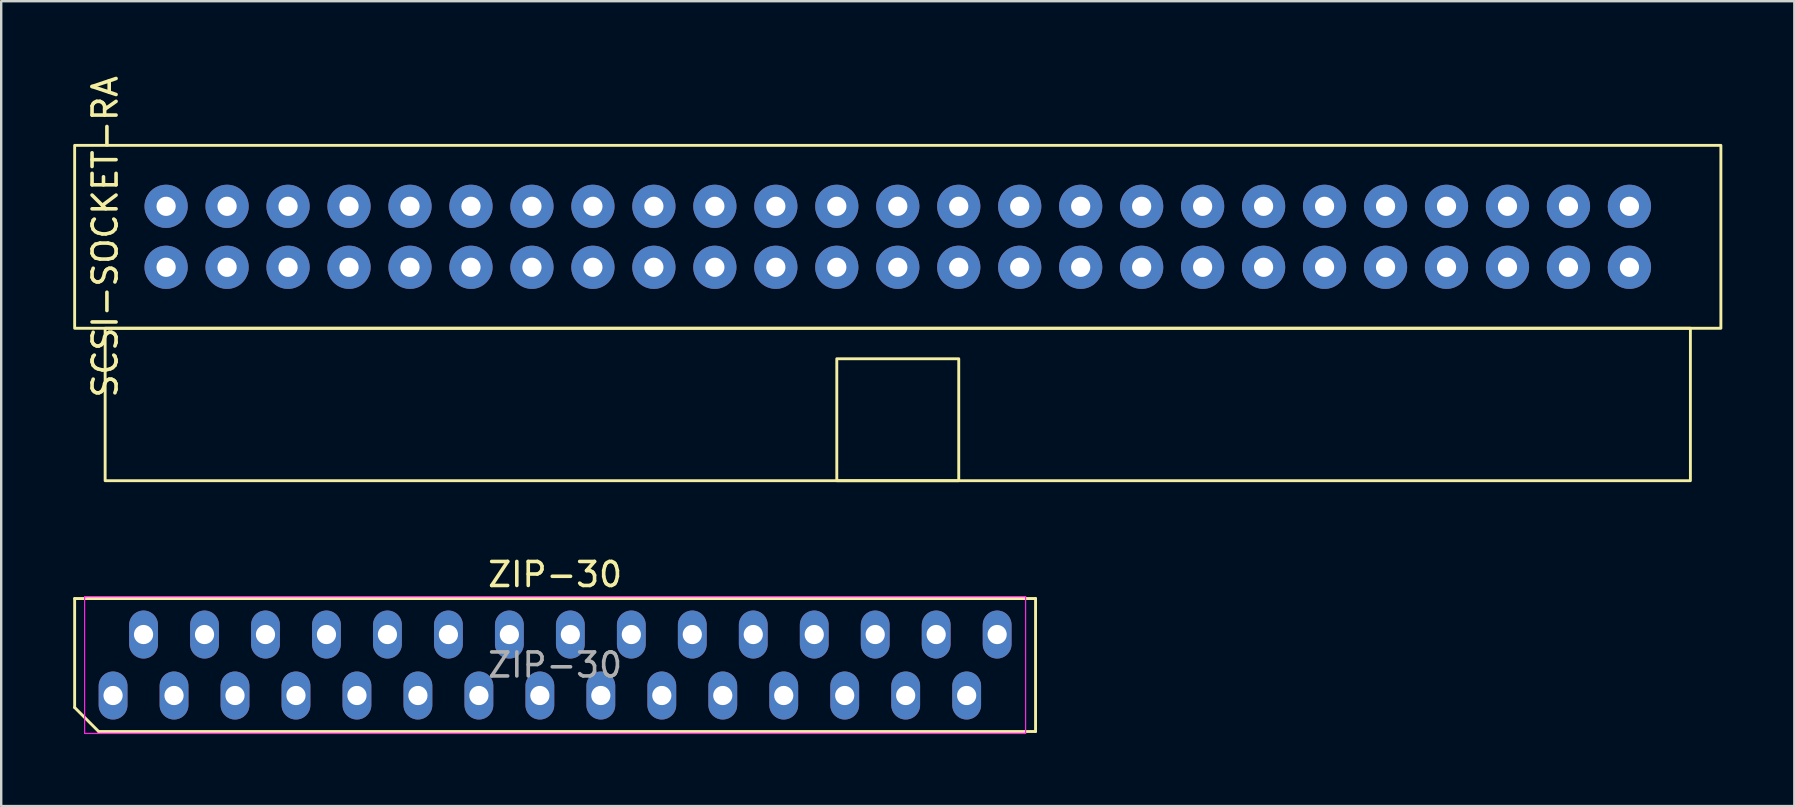
<source format=kicad_pcb>
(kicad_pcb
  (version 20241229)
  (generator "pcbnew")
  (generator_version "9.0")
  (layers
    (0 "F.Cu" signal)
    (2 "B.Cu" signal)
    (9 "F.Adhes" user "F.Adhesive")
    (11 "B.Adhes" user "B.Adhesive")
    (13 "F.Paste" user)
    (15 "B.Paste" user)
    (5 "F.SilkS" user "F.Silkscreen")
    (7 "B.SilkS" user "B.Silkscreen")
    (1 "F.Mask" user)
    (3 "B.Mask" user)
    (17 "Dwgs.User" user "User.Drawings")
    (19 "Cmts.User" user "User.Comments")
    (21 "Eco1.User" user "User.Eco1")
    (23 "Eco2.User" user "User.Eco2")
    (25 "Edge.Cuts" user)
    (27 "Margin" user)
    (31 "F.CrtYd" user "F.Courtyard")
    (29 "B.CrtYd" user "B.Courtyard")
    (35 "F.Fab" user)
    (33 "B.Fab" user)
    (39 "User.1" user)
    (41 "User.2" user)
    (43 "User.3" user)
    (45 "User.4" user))
  (footprint "ZIP-30"
    (layer "F.Cu")
    (at 20.075 24.654)
    (property "Reference" "ZIP-30" (at 0 -3.77 0) (layer "F.SilkS") (effects (font (size 1 1) (thickness 0.15))))
    (attr through_hole)
    (fp_line (start -20.015 -2.77) (end 20.015 -2.77) (stroke (width 0.12) (type default)) (layer "F.SilkS"))
    (fp_line (start -20.015 1.77) (end -20.015 -2.77) (stroke (width 0.12) (type default)) (layer "F.SilkS"))
    (fp_line (start -19.015 2.77) (end -20.015 1.77) (stroke (width 0.12) (type default)) (layer "F.SilkS"))
    (fp_line (start 20.015 -2.77) (end 20.015 2.77) (stroke (width 0.12) (type default)) (layer "F.SilkS"))
    (fp_line (start 20.015 2.77) (end -19.015 2.77) (stroke (width 0.12) (type default)) (layer "F.SilkS"))
    (fp_line (start -19.6 -2.85) (end 19.6 -2.85) (stroke (width 0.05) (type default)) (layer "F.CrtYd"))
    (fp_line (start -19.6 2.85) (end -19.6 -2.85) (stroke (width 0.05) (type default)) (layer "F.CrtYd"))
    (fp_line (start 19.6 -2.85) (end 19.6 2.85) (stroke (width 0.05) (type default)) (layer "F.CrtYd"))
    (fp_line (start 19.6 2.85) (end -19.6 2.85) (stroke (width 0.05) (type default)) (layer "F.CrtYd"))
    (fp_text user "${REFERENCE}" (at 0 0 0) (layer "F.Fab") (effects (font (size 1 1) (thickness 0.15))))
    (pad "1" thru_hole oval (at -18.415 1.27) (size 1.2 2) (drill 0.8) (layers "*.Cu" "*.Mask"))
    (pad "2" thru_hole oval (at -17.145 -1.27) (size 1.2 2) (drill 0.8) (layers "*.Cu" "*.Mask"))
    (pad "3" thru_hole oval (at -15.875 1.27) (size 1.2 2) (drill 0.8) (layers "*.Cu" "*.Mask"))
    (pad "4" thru_hole oval (at -14.605 -1.27) (size 1.2 2) (drill 0.8) (layers "*.Cu" "*.Mask"))
    (pad "5" thru_hole oval (at -13.335 1.27) (size 1.2 2) (drill 0.8) (layers "*.Cu" "*.Mask"))
    (pad "6" thru_hole oval (at -12.065 -1.27) (size 1.2 2) (drill 0.8) (layers "*.Cu" "*.Mask"))
    (pad "7" thru_hole oval (at -10.795 1.27) (size 1.2 2) (drill 0.8) (layers "*.Cu" "*.Mask"))
    (pad "8" thru_hole oval (at -9.525 -1.27) (size 1.2 2) (drill 0.8) (layers "*.Cu" "*.Mask"))
    (pad "9" thru_hole oval (at -8.255 1.27) (size 1.2 2) (drill 0.8) (layers "*.Cu" "*.Mask"))
    (pad "10" thru_hole oval (at -6.985 -1.27) (size 1.2 2) (drill 0.8) (layers "*.Cu" "*.Mask"))
    (pad "11" thru_hole oval (at -5.715 1.27) (size 1.2 2) (drill 0.8) (layers "*.Cu" "*.Mask"))
    (pad "12" thru_hole oval (at -4.445 -1.27) (size 1.2 2) (drill 0.8) (layers "*.Cu" "*.Mask"))
    (pad "13" thru_hole oval (at -3.175 1.27) (size 1.2 2) (drill 0.8) (layers "*.Cu" "*.Mask"))
    (pad "14" thru_hole oval (at -1.905 -1.27) (size 1.2 2) (drill 0.8) (layers "*.Cu" "*.Mask"))
    (pad "15" thru_hole oval (at -0.635 1.27) (size 1.2 2) (drill 0.8) (layers "*.Cu" "*.Mask"))
    (pad "16" thru_hole oval (at 0.635 -1.27) (size 1.2 2) (drill 0.8) (layers "*.Cu" "*.Mask"))
    (pad "17" thru_hole oval (at 1.905 1.27) (size 1.2 2) (drill 0.8) (layers "*.Cu" "*.Mask"))
    (pad "18" thru_hole oval (at 3.175 -1.27) (size 1.2 2) (drill 0.8) (layers "*.Cu" "*.Mask"))
    (pad "19" thru_hole oval (at 4.445 1.27) (size 1.2 2) (drill 0.8) (layers "*.Cu" "*.Mask"))
    (pad "20" thru_hole oval (at 5.715 -1.27) (size 1.2 2) (drill 0.8) (layers "*.Cu" "*.Mask"))
    (pad "21" thru_hole oval (at 6.985 1.27) (size 1.2 2) (drill 0.8) (layers "*.Cu" "*.Mask"))
    (pad "22" thru_hole oval (at 8.255 -1.27) (size 1.2 2) (drill 0.8) (layers "*.Cu" "*.Mask"))
    (pad "23" thru_hole oval (at 9.525 1.27) (size 1.2 2) (drill 0.8) (layers "*.Cu" "*.Mask"))
    (pad "24" thru_hole oval (at 10.795 -1.27) (size 1.2 2) (drill 0.8) (layers "*.Cu" "*.Mask"))
    (pad "25" thru_hole oval (at 12.065 1.27) (size 1.2 2) (drill 0.8) (layers "*.Cu" "*.Mask"))
    (pad "26" thru_hole oval (at 13.335 -1.27) (size 1.2 2) (drill 0.8) (layers "*.Cu" "*.Mask"))
    (pad "27" thru_hole oval (at 14.605 1.27) (size 1.2 2) (drill 0.8) (layers "*.Cu" "*.Mask"))
    (pad "28" thru_hole oval (at 15.875 -1.27) (size 1.2 2) (drill 0.8) (layers "*.Cu" "*.Mask"))
    (pad "29" thru_hole oval (at 17.145 1.27) (size 1.2 2) (drill 0.8) (layers "*.Cu" "*.Mask"))
    (pad "30" thru_hole oval (at 18.415 -1.27) (size 1.2 2) (drill 0.8) (layers "*.Cu" "*.Mask")))
  (footprint "SCSI-SOCKET-RA"
    (layer "F.Cu")
    (at 34.35 6.815)
    (property "Reference" "SCSI-SOCKET-RA" (at -33.02 0 90) (layer "F.SilkS") (effects (font (size 1 1) (thickness 0.15))))
    (attr through_hole)
    (fp_rect (start -34.29 -3.81) (end 34.29 3.81) (stroke (width 0.12) (type default)) (fill no) (layer "F.SilkS"))
    (fp_rect (start -33.02 3.81) (end 33.02 10.16) (stroke (width 0.12) (type default)) (fill no) (layer "F.SilkS"))
    (fp_rect (start -2.54 5.08) (end 2.54 10.16) (stroke (width 0.12) (type default)) (fill no) (layer "F.SilkS"))
    (pad "1" thru_hole circle (at -30.48 -1.27) (size 1.8 1.8) (drill 0.8) (layers "*.Cu" "*.Mask"))
    (pad "2" thru_hole circle (at -30.48 1.27) (size 1.8 1.8) (drill 0.8) (layers "*.Cu" "*.Mask"))
    (pad "3" thru_hole circle (at -27.94 -1.27) (size 1.8 1.8) (drill 0.8) (layers "*.Cu" "*.Mask"))
    (pad "4" thru_hole circle (at -27.94 1.27) (size 1.8 1.8) (drill 0.8) (layers "*.Cu" "*.Mask"))
    (pad "5" thru_hole circle (at -25.4 -1.27) (size 1.8 1.8) (drill 0.8) (layers "*.Cu" "*.Mask"))
    (pad "6" thru_hole circle (at -25.4 1.27) (size 1.8 1.8) (drill 0.8) (layers "*.Cu" "*.Mask"))
    (pad "7" thru_hole circle (at -22.86 -1.27) (size 1.8 1.8) (drill 0.8) (layers "*.Cu" "*.Mask"))
    (pad "8" thru_hole circle (at -22.86 1.27) (size 1.8 1.8) (drill 0.8) (layers "*.Cu" "*.Mask"))
    (pad "9" thru_hole circle (at -20.32 -1.27) (size 1.8 1.8) (drill 0.8) (layers "*.Cu" "*.Mask"))
    (pad "10" thru_hole circle (at -20.32 1.27) (size 1.8 1.8) (drill 0.8) (layers "*.Cu" "*.Mask"))
    (pad "11" thru_hole circle (at -17.78 -1.27) (size 1.8 1.8) (drill 0.8) (layers "*.Cu" "*.Mask"))
    (pad "12" thru_hole circle (at -17.78 1.27) (size 1.8 1.8) (drill 0.8) (layers "*.Cu" "*.Mask"))
    (pad "13" thru_hole circle (at -15.24 -1.27) (size 1.8 1.8) (drill 0.8) (layers "*.Cu" "*.Mask"))
    (pad "14" thru_hole circle (at -15.24 1.27) (size 1.8 1.8) (drill 0.8) (layers "*.Cu" "*.Mask"))
    (pad "15" thru_hole circle (at -12.7 -1.27) (size 1.8 1.8) (drill 0.8) (layers "*.Cu" "*.Mask"))
    (pad "16" thru_hole circle (at -12.7 1.27) (size 1.8 1.8) (drill 0.8) (layers "*.Cu" "*.Mask"))
    (pad "17" thru_hole circle (at -10.16 -1.27) (size 1.8 1.8) (drill 0.8) (layers "*.Cu" "*.Mask"))
    (pad "18" thru_hole circle (at -10.16 1.27) (size 1.8 1.8) (drill 0.8) (layers "*.Cu" "*.Mask"))
    (pad "19" thru_hole circle (at -7.62 -1.27) (size 1.8 1.8) (drill 0.8) (layers "*.Cu" "*.Mask"))
    (pad "20" thru_hole circle (at -7.62 1.27) (size 1.8 1.8) (drill 0.8) (layers "*.Cu" "*.Mask"))
    (pad "21" thru_hole circle (at -5.08 -1.27) (size 1.8 1.8) (drill 0.8) (layers "*.Cu" "*.Mask"))
    (pad "22" thru_hole circle (at -5.08 1.27) (size 1.8 1.8) (drill 0.8) (layers "*.Cu" "*.Mask"))
    (pad "23" thru_hole circle (at -2.54 -1.27) (size 1.8 1.8) (drill 0.8) (layers "*.Cu" "*.Mask"))
    (pad "24" thru_hole circle (at -2.54 1.27) (size 1.8 1.8) (drill 0.8) (layers "*.Cu" "*.Mask"))
    (pad "25" thru_hole circle (at 0 -1.27) (size 1.8 1.8) (drill 0.8) (layers "*.Cu" "*.Mask"))
    (pad "26" thru_hole circle (at 0 1.27) (size 1.8 1.8) (drill 0.8) (layers "*.Cu" "*.Mask"))
    (pad "27" thru_hole circle (at 2.54 -1.27) (size 1.8 1.8) (drill 0.8) (layers "*.Cu" "*.Mask"))
    (pad "28" thru_hole circle (at 2.54 1.27) (size 1.8 1.8) (drill 0.8) (layers "*.Cu" "*.Mask"))
    (pad "29" thru_hole circle (at 5.08 -1.27) (size 1.8 1.8) (drill 0.8) (layers "*.Cu" "*.Mask"))
    (pad "30" thru_hole circle (at 5.08 1.27) (size 1.8 1.8) (drill 0.8) (layers "*.Cu" "*.Mask"))
    (pad "31" thru_hole circle (at 7.62 -1.27) (size 1.8 1.8) (drill 0.8) (layers "*.Cu" "*.Mask"))
    (pad "32" thru_hole circle (at 7.62 1.27) (size 1.8 1.8) (drill 0.8) (layers "*.Cu" "*.Mask"))
    (pad "33" thru_hole circle (at 10.16 -1.27) (size 1.8 1.8) (drill 0.8) (layers "*.Cu" "*.Mask"))
    (pad "34" thru_hole circle (at 10.16 1.27) (size 1.8 1.8) (drill 0.8) (layers "*.Cu" "*.Mask"))
    (pad "35" thru_hole circle (at 12.7 -1.27) (size 1.8 1.8) (drill 0.8) (layers "*.Cu" "*.Mask"))
    (pad "36" thru_hole circle (at 12.7 1.27) (size 1.8 1.8) (drill 0.8) (layers "*.Cu" "*.Mask"))
    (pad "37" thru_hole circle (at 15.24 -1.27) (size 1.8 1.8) (drill 0.8) (layers "*.Cu" "*.Mask"))
    (pad "38" thru_hole circle (at 15.24 1.27) (size 1.8 1.8) (drill 0.8) (layers "*.Cu" "*.Mask"))
    (pad "39" thru_hole circle (at 17.78 -1.27) (size 1.8 1.8) (drill 0.8) (layers "*.Cu" "*.Mask"))
    (pad "40" thru_hole circle (at 17.78 1.27) (size 1.8 1.8) (drill 0.8) (layers "*.Cu" "*.Mask"))
    (pad "41" thru_hole circle (at 20.32 -1.27) (size 1.8 1.8) (drill 0.8) (layers "*.Cu" "*.Mask"))
    (pad "42" thru_hole circle (at 20.32 1.27) (size 1.8 1.8) (drill 0.8) (layers "*.Cu" "*.Mask"))
    (pad "43" thru_hole circle (at 22.86 -1.27) (size 1.8 1.8) (drill 0.8) (layers "*.Cu" "*.Mask"))
    (pad "44" thru_hole circle (at 22.86 1.27) (size 1.8 1.8) (drill 0.8) (layers "*.Cu" "*.Mask"))
    (pad "45" thru_hole circle (at 25.4 -1.27) (size 1.8 1.8) (drill 0.8) (layers "*.Cu" "*.Mask"))
    (pad "46" thru_hole circle (at 25.4 1.27) (size 1.8 1.8) (drill 0.8) (layers "*.Cu" "*.Mask"))
    (pad "47" thru_hole circle (at 27.94 -1.27) (size 1.8 1.8) (drill 0.8) (layers "*.Cu" "*.Mask"))
    (pad "48" thru_hole circle (at 27.94 1.27) (size 1.8 1.8) (drill 0.8) (layers "*.Cu" "*.Mask"))
    (pad "49" thru_hole circle (at 30.48 -1.27) (size 1.8 1.8) (drill 0.8) (layers "*.Cu" "*.Mask"))
    (pad "50" thru_hole circle (at 30.48 1.27) (size 1.8 1.8) (drill 0.8) (layers "*.Cu" "*.Mask")))
  (gr_rect
    (start -3 -3)
    (end 71.7 30.529)
    (stroke (width 0.1) (type default))
    (fill no)
    (layer "Edge.Cuts")))
</source>
